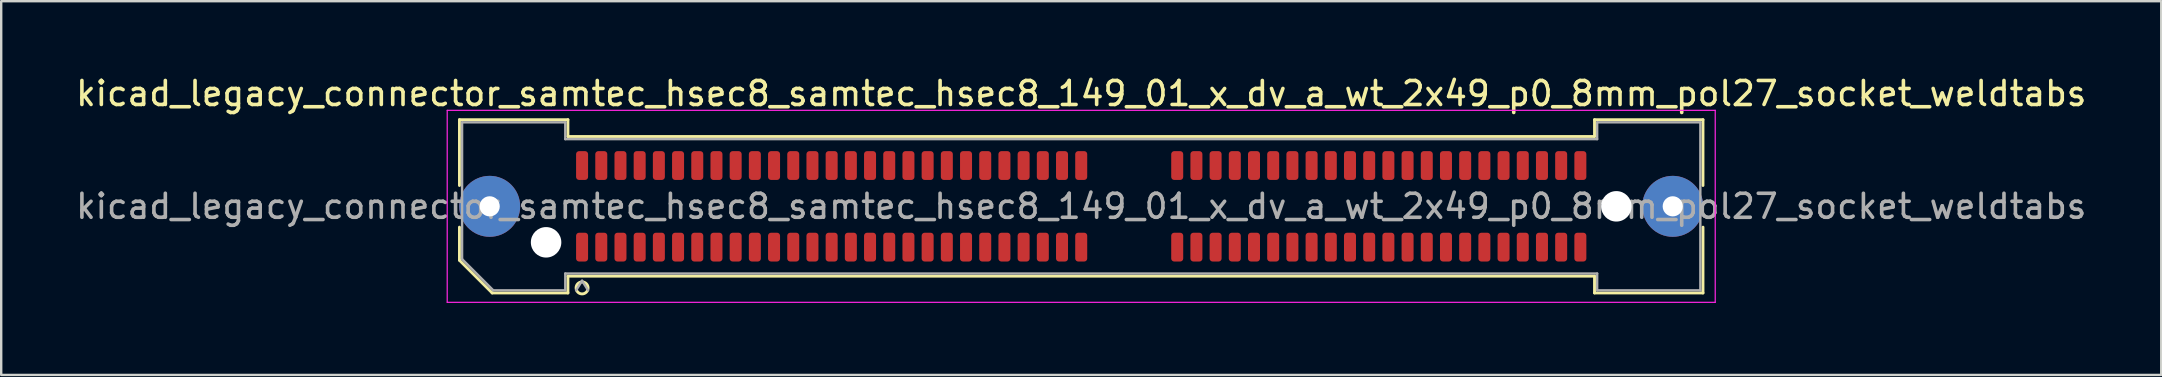
<source format=kicad_pcb>
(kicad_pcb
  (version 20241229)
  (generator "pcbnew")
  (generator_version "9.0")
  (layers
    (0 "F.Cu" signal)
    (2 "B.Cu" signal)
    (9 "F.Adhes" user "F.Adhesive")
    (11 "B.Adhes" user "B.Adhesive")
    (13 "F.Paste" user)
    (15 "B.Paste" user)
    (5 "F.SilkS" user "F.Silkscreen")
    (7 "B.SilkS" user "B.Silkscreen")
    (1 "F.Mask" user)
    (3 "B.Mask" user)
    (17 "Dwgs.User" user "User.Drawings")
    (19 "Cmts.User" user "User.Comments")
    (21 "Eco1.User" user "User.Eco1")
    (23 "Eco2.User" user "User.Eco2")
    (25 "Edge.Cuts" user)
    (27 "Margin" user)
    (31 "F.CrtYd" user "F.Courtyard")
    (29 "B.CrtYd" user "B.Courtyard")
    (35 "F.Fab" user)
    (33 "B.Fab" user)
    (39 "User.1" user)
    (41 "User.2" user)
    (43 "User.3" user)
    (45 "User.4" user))
  (footprint "kicad_legacy_connector_samtec_hsec8_samtec_hsec8_149_01_x_dv_a_wt_2x49_p0_8mm_pol27_socket_weldtabs"
    (layer "F.Cu")
    (at 42.006 5.548)
    (property "Reference" "kicad_legacy_connector_samtec_hsec8_samtec_hsec8_149_01_x_dv_a_wt_2x49_p0_8mm_pol27_socket_weldtabs" (at 0 -4.7 0) (layer "F.SilkS") (effects (font (size 1 1) (thickness 0.15))))
    (attr smd)
    (fp_line (start -25.91 -3.61) (end -21.39 -3.61) (stroke (width 0.12) (type solid)) (layer "F.SilkS"))
    (fp_line (start -25.91 -0.868) (end -25.91 -3.61) (stroke (width 0.12) (type solid)) (layer "F.SilkS"))
    (fp_line (start -25.91 2.246) (end -25.91 0.868) (stroke (width 0.12) (type solid)) (layer "F.SilkS"))
    (fp_line (start -24.546 3.61) (end -25.91 2.246) (stroke (width 0.12) (type solid)) (layer "F.SilkS"))
    (fp_line (start -21.39 -3.61) (end -21.39 -2.91) (stroke (width 0.12) (type solid)) (layer "F.SilkS"))
    (fp_line (start -21.39 -2.91) (end 21.39 -2.91) (stroke (width 0.12) (type solid)) (layer "F.SilkS"))
    (fp_line (start -21.39 2.91) (end -21.39 3.61) (stroke (width 0.12) (type solid)) (layer "F.SilkS"))
    (fp_line (start -21.39 3.61) (end -24.546 3.61) (stroke (width 0.12) (type solid)) (layer "F.SilkS"))
    (fp_line (start 21.39 -3.61) (end 25.91 -3.61) (stroke (width 0.12) (type solid)) (layer "F.SilkS"))
    (fp_line (start 21.39 -2.91) (end 21.39 -3.61) (stroke (width 0.12) (type solid)) (layer "F.SilkS"))
    (fp_line (start 21.39 2.91) (end -21.39 2.91) (stroke (width 0.12) (type solid)) (layer "F.SilkS"))
    (fp_line (start 21.39 3.61) (end 21.39 2.91) (stroke (width 0.12) (type solid)) (layer "F.SilkS"))
    (fp_line (start 25.91 -3.61) (end 25.91 -0.868) (stroke (width 0.12) (type solid)) (layer "F.SilkS"))
    (fp_line (start 25.91 0.868) (end 25.91 3.61) (stroke (width 0.12) (type solid)) (layer "F.SilkS"))
    (fp_line (start 25.91 3.61) (end 21.39 3.61) (stroke (width 0.12) (type solid)) (layer "F.SilkS"))
    (fp_arc (start -20.55 3.4) (mid -21.05 3.4) (end -20.55 3.4) (stroke (width 0.12) (type solid)) (layer "F.SilkS"))
    (fp_line (start -26.42 -4) (end -26.42 4) (stroke (width 0.05) (type solid)) (layer "F.CrtYd"))
    (fp_line (start -26.42 4) (end 26.42 4) (stroke (width 0.05) (type solid)) (layer "F.CrtYd"))
    (fp_line (start 26.42 -4) (end -26.42 -4) (stroke (width 0.05) (type solid)) (layer "F.CrtYd"))
    (fp_line (start 26.42 4) (end 26.42 -4) (stroke (width 0.05) (type solid)) (layer "F.CrtYd"))
    (fp_line (start -25.8 -3.5) (end -21.5 -3.5) (stroke (width 0.1) (type solid)) (layer "F.Fab"))
    (fp_line (start -25.8 2.2) (end -25.8 -3.5) (stroke (width 0.1) (type solid)) (layer "F.Fab"))
    (fp_line (start -24.5 3.5) (end -25.8 2.2) (stroke (width 0.1) (type solid)) (layer "F.Fab"))
    (fp_line (start -21.5 -3.5) (end -21.5 -2.8) (stroke (width 0.1) (type solid)) (layer "F.Fab"))
    (fp_line (start -21.5 -2.8) (end 21.5 -2.8) (stroke (width 0.1) (type solid)) (layer "F.Fab"))
    (fp_line (start -21.5 2.8) (end -21.5 3.5) (stroke (width 0.1) (type solid)) (layer "F.Fab"))
    (fp_line (start -21.5 3.5) (end -24.5 3.5) (stroke (width 0.1) (type solid)) (layer "F.Fab"))
    (fp_line (start -20.8 3.1) (end -21.05 3.5) (stroke (width 0.1) (type solid)) (layer "F.Fab"))
    (fp_line (start -20.8 3.1) (end -20.55 3.5) (stroke (width 0.1) (type solid)) (layer "F.Fab"))
    (fp_line (start 21.5 -3.5) (end 25.8 -3.5) (stroke (width 0.1) (type solid)) (layer "F.Fab"))
    (fp_line (start 21.5 -2.8) (end 21.5 -3.5) (stroke (width 0.1) (type solid)) (layer "F.Fab"))
    (fp_line (start 21.5 2.8) (end -21.5 2.8) (stroke (width 0.1) (type solid)) (layer "F.Fab"))
    (fp_line (start 21.5 3.5) (end 21.5 2.8) (stroke (width 0.1) (type solid)) (layer "F.Fab"))
    (fp_line (start 25.8 -3.5) (end 25.8 3.5) (stroke (width 0.1) (type solid)) (layer "F.Fab"))
    (fp_line (start 25.8 3.5) (end 21.5 3.5) (stroke (width 0.1) (type solid)) (layer "F.Fab"))
    (fp_text user "${REFERENCE}" (at 0 0 0) (layer "F.Fab") (effects (font (size 1 1) (thickness 0.15))))
    (pad "" thru_hole circle (at -24.65 0) (size 2.54 2.54) (drill 0.84) (layers "*.Cu" "*.Mask" "F.Paste"))
    (pad "" np_thru_hole circle (at -22.3 1.5) (size 1.27 1.27) (drill 1.27) (layers "*.Cu" "*.Mask"))
    (pad "" np_thru_hole circle (at 22.3 0) (size 1.27 1.27) (drill 1.27) (layers "*.Cu" "*.Mask"))
    (pad "" thru_hole circle (at 24.65 0) (size 2.54 2.54) (drill 0.84) (layers "*.Cu" "*.Mask" "F.Paste"))
    (pad "1" smd roundrect (at -20.8 1.7) (size 0.5 1.2) (layers "F.Cu" "F.Mask" "F.Paste") (roundrect_rratio 0.25))
    (pad "2" smd roundrect (at -20.8 -1.7) (size 0.5 1.2) (layers "F.Cu" "F.Mask" "F.Paste") (roundrect_rratio 0.25))
    (pad "3" smd roundrect (at -20 1.7) (size 0.5 1.2) (layers "F.Cu" "F.Mask" "F.Paste") (roundrect_rratio 0.25))
    (pad "4" smd roundrect (at -20 -1.7) (size 0.5 1.2) (layers "F.Cu" "F.Mask" "F.Paste") (roundrect_rratio 0.25))
    (pad "5" smd roundrect (at -19.2 1.7) (size 0.5 1.2) (layers "F.Cu" "F.Mask" "F.Paste") (roundrect_rratio 0.25))
    (pad "6" smd roundrect (at -19.2 -1.7) (size 0.5 1.2) (layers "F.Cu" "F.Mask" "F.Paste") (roundrect_rratio 0.25))
    (pad "7" smd roundrect (at -18.4 1.7) (size 0.5 1.2) (layers "F.Cu" "F.Mask" "F.Paste") (roundrect_rratio 0.25))
    (pad "8" smd roundrect (at -18.4 -1.7) (size 0.5 1.2) (layers "F.Cu" "F.Mask" "F.Paste") (roundrect_rratio 0.25))
    (pad "9" smd roundrect (at -17.6 1.7) (size 0.5 1.2) (layers "F.Cu" "F.Mask" "F.Paste") (roundrect_rratio 0.25))
    (pad "10" smd roundrect (at -17.6 -1.7) (size 0.5 1.2) (layers "F.Cu" "F.Mask" "F.Paste") (roundrect_rratio 0.25))
    (pad "11" smd roundrect (at -16.8 1.7) (size 0.5 1.2) (layers "F.Cu" "F.Mask" "F.Paste") (roundrect_rratio 0.25))
    (pad "12" smd roundrect (at -16.8 -1.7) (size 0.5 1.2) (layers "F.Cu" "F.Mask" "F.Paste") (roundrect_rratio 0.25))
    (pad "13" smd roundrect (at -16 1.7) (size 0.5 1.2) (layers "F.Cu" "F.Mask" "F.Paste") (roundrect_rratio 0.25))
    (pad "14" smd roundrect (at -16 -1.7) (size 0.5 1.2) (layers "F.Cu" "F.Mask" "F.Paste") (roundrect_rratio 0.25))
    (pad "15" smd roundrect (at -15.2 1.7) (size 0.5 1.2) (layers "F.Cu" "F.Mask" "F.Paste") (roundrect_rratio 0.25))
    (pad "16" smd roundrect (at -15.2 -1.7) (size 0.5 1.2) (layers "F.Cu" "F.Mask" "F.Paste") (roundrect_rratio 0.25))
    (pad "17" smd roundrect (at -14.4 1.7) (size 0.5 1.2) (layers "F.Cu" "F.Mask" "F.Paste") (roundrect_rratio 0.25))
    (pad "18" smd roundrect (at -14.4 -1.7) (size 0.5 1.2) (layers "F.Cu" "F.Mask" "F.Paste") (roundrect_rratio 0.25))
    (pad "19" smd roundrect (at -13.6 1.7) (size 0.5 1.2) (layers "F.Cu" "F.Mask" "F.Paste") (roundrect_rratio 0.25))
    (pad "20" smd roundrect (at -13.6 -1.7) (size 0.5 1.2) (layers "F.Cu" "F.Mask" "F.Paste") (roundrect_rratio 0.25))
    (pad "21" smd roundrect (at -12.8 1.7) (size 0.5 1.2) (layers "F.Cu" "F.Mask" "F.Paste") (roundrect_rratio 0.25))
    (pad "22" smd roundrect (at -12.8 -1.7) (size 0.5 1.2) (layers "F.Cu" "F.Mask" "F.Paste") (roundrect_rratio 0.25))
    (pad "23" smd roundrect (at -12 1.7) (size 0.5 1.2) (layers "F.Cu" "F.Mask" "F.Paste") (roundrect_rratio 0.25))
    (pad "24" smd roundrect (at -12 -1.7) (size 0.5 1.2) (layers "F.Cu" "F.Mask" "F.Paste") (roundrect_rratio 0.25))
    (pad "25" smd roundrect (at -11.2 1.7) (size 0.5 1.2) (layers "F.Cu" "F.Mask" "F.Paste") (roundrect_rratio 0.25))
    (pad "26" smd roundrect (at -11.2 -1.7) (size 0.5 1.2) (layers "F.Cu" "F.Mask" "F.Paste") (roundrect_rratio 0.25))
    (pad "27" smd roundrect (at -10.4 1.7) (size 0.5 1.2) (layers "F.Cu" "F.Mask" "F.Paste") (roundrect_rratio 0.25))
    (pad "28" smd roundrect (at -10.4 -1.7) (size 0.5 1.2) (layers "F.Cu" "F.Mask" "F.Paste") (roundrect_rratio 0.25))
    (pad "29" smd roundrect (at -9.6 1.7) (size 0.5 1.2) (layers "F.Cu" "F.Mask" "F.Paste") (roundrect_rratio 0.25))
    (pad "30" smd roundrect (at -9.6 -1.7) (size 0.5 1.2) (layers "F.Cu" "F.Mask" "F.Paste") (roundrect_rratio 0.25))
    (pad "31" smd roundrect (at -8.8 1.7) (size 0.5 1.2) (layers "F.Cu" "F.Mask" "F.Paste") (roundrect_rratio 0.25))
    (pad "32" smd roundrect (at -8.8 -1.7) (size 0.5 1.2) (layers "F.Cu" "F.Mask" "F.Paste") (roundrect_rratio 0.25))
    (pad "33" smd roundrect (at -8 1.7) (size 0.5 1.2) (layers "F.Cu" "F.Mask" "F.Paste") (roundrect_rratio 0.25))
    (pad "34" smd roundrect (at -8 -1.7) (size 0.5 1.2) (layers "F.Cu" "F.Mask" "F.Paste") (roundrect_rratio 0.25))
    (pad "35" smd roundrect (at -7.2 1.7) (size 0.5 1.2) (layers "F.Cu" "F.Mask" "F.Paste") (roundrect_rratio 0.25))
    (pad "36" smd roundrect (at -7.2 -1.7) (size 0.5 1.2) (layers "F.Cu" "F.Mask" "F.Paste") (roundrect_rratio 0.25))
    (pad "37" smd roundrect (at -6.4 1.7) (size 0.5 1.2) (layers "F.Cu" "F.Mask" "F.Paste") (roundrect_rratio 0.25))
    (pad "38" smd roundrect (at -6.4 -1.7) (size 0.5 1.2) (layers "F.Cu" "F.Mask" "F.Paste") (roundrect_rratio 0.25))
    (pad "39" smd roundrect (at -5.6 1.7) (size 0.5 1.2) (layers "F.Cu" "F.Mask" "F.Paste") (roundrect_rratio 0.25))
    (pad "40" smd roundrect (at -5.6 -1.7) (size 0.5 1.2) (layers "F.Cu" "F.Mask" "F.Paste") (roundrect_rratio 0.25))
    (pad "41" smd roundrect (at -4.8 1.7) (size 0.5 1.2) (layers "F.Cu" "F.Mask" "F.Paste") (roundrect_rratio 0.25))
    (pad "42" smd roundrect (at -4.8 -1.7) (size 0.5 1.2) (layers "F.Cu" "F.Mask" "F.Paste") (roundrect_rratio 0.25))
    (pad "43" smd roundrect (at -4 1.7) (size 0.5 1.2) (layers "F.Cu" "F.Mask" "F.Paste") (roundrect_rratio 0.25))
    (pad "44" smd roundrect (at -4 -1.7) (size 0.5 1.2) (layers "F.Cu" "F.Mask" "F.Paste") (roundrect_rratio 0.25))
    (pad "45" smd roundrect (at -3.2 1.7) (size 0.5 1.2) (layers "F.Cu" "F.Mask" "F.Paste") (roundrect_rratio 0.25))
    (pad "46" smd roundrect (at -3.2 -1.7) (size 0.5 1.2) (layers "F.Cu" "F.Mask" "F.Paste") (roundrect_rratio 0.25))
    (pad "47" smd roundrect (at -2.4 1.7) (size 0.5 1.2) (layers "F.Cu" "F.Mask" "F.Paste") (roundrect_rratio 0.25))
    (pad "48" smd roundrect (at -2.4 -1.7) (size 0.5 1.2) (layers "F.Cu" "F.Mask" "F.Paste") (roundrect_rratio 0.25))
    (pad "49" smd roundrect (at -1.6 1.7) (size 0.5 1.2) (layers "F.Cu" "F.Mask" "F.Paste") (roundrect_rratio 0.25))
    (pad "50" smd roundrect (at -1.6 -1.7) (size 0.5 1.2) (layers "F.Cu" "F.Mask" "F.Paste") (roundrect_rratio 0.25))
    (pad "51" smd roundrect (at -0.8 1.7) (size 0.5 1.2) (layers "F.Cu" "F.Mask" "F.Paste") (roundrect_rratio 0.25))
    (pad "52" smd roundrect (at -0.8 -1.7) (size 0.5 1.2) (layers "F.Cu" "F.Mask" "F.Paste") (roundrect_rratio 0.25))
    (pad "53" smd roundrect (at 0 1.7) (size 0.5 1.2) (layers "F.Cu" "F.Mask" "F.Paste") (roundrect_rratio 0.25))
    (pad "54" smd roundrect (at 0 -1.7) (size 0.5 1.2) (layers "F.Cu" "F.Mask" "F.Paste") (roundrect_rratio 0.25))
    (pad "55" smd roundrect (at 4 1.7) (size 0.5 1.2) (layers "F.Cu" "F.Mask" "F.Paste") (roundrect_rratio 0.25))
    (pad "56" smd roundrect (at 4 -1.7) (size 0.5 1.2) (layers "F.Cu" "F.Mask" "F.Paste") (roundrect_rratio 0.25))
    (pad "57" smd roundrect (at 4.8 1.7) (size 0.5 1.2) (layers "F.Cu" "F.Mask" "F.Paste") (roundrect_rratio 0.25))
    (pad "58" smd roundrect (at 4.8 -1.7) (size 0.5 1.2) (layers "F.Cu" "F.Mask" "F.Paste") (roundrect_rratio 0.25))
    (pad "59" smd roundrect (at 5.6 1.7) (size 0.5 1.2) (layers "F.Cu" "F.Mask" "F.Paste") (roundrect_rratio 0.25))
    (pad "60" smd roundrect (at 5.6 -1.7) (size 0.5 1.2) (layers "F.Cu" "F.Mask" "F.Paste") (roundrect_rratio 0.25))
    (pad "61" smd roundrect (at 6.4 1.7) (size 0.5 1.2) (layers "F.Cu" "F.Mask" "F.Paste") (roundrect_rratio 0.25))
    (pad "62" smd roundrect (at 6.4 -1.7) (size 0.5 1.2) (layers "F.Cu" "F.Mask" "F.Paste") (roundrect_rratio 0.25))
    (pad "63" smd roundrect (at 7.2 1.7) (size 0.5 1.2) (layers "F.Cu" "F.Mask" "F.Paste") (roundrect_rratio 0.25))
    (pad "64" smd roundrect (at 7.2 -1.7) (size 0.5 1.2) (layers "F.Cu" "F.Mask" "F.Paste") (roundrect_rratio 0.25))
    (pad "65" smd roundrect (at 8 1.7) (size 0.5 1.2) (layers "F.Cu" "F.Mask" "F.Paste") (roundrect_rratio 0.25))
    (pad "66" smd roundrect (at 8 -1.7) (size 0.5 1.2) (layers "F.Cu" "F.Mask" "F.Paste") (roundrect_rratio 0.25))
    (pad "67" smd roundrect (at 8.8 1.7) (size 0.5 1.2) (layers "F.Cu" "F.Mask" "F.Paste") (roundrect_rratio 0.25))
    (pad "68" smd roundrect (at 8.8 -1.7) (size 0.5 1.2) (layers "F.Cu" "F.Mask" "F.Paste") (roundrect_rratio 0.25))
    (pad "69" smd roundrect (at 9.6 1.7) (size 0.5 1.2) (layers "F.Cu" "F.Mask" "F.Paste") (roundrect_rratio 0.25))
    (pad "70" smd roundrect (at 9.6 -1.7) (size 0.5 1.2) (layers "F.Cu" "F.Mask" "F.Paste") (roundrect_rratio 0.25))
    (pad "71" smd roundrect (at 10.4 1.7) (size 0.5 1.2) (layers "F.Cu" "F.Mask" "F.Paste") (roundrect_rratio 0.25))
    (pad "72" smd roundrect (at 10.4 -1.7) (size 0.5 1.2) (layers "F.Cu" "F.Mask" "F.Paste") (roundrect_rratio 0.25))
    (pad "73" smd roundrect (at 11.2 1.7) (size 0.5 1.2) (layers "F.Cu" "F.Mask" "F.Paste") (roundrect_rratio 0.25))
    (pad "74" smd roundrect (at 11.2 -1.7) (size 0.5 1.2) (layers "F.Cu" "F.Mask" "F.Paste") (roundrect_rratio 0.25))
    (pad "75" smd roundrect (at 12 1.7) (size 0.5 1.2) (layers "F.Cu" "F.Mask" "F.Paste") (roundrect_rratio 0.25))
    (pad "76" smd roundrect (at 12 -1.7) (size 0.5 1.2) (layers "F.Cu" "F.Mask" "F.Paste") (roundrect_rratio 0.25))
    (pad "77" smd roundrect (at 12.8 1.7) (size 0.5 1.2) (layers "F.Cu" "F.Mask" "F.Paste") (roundrect_rratio 0.25))
    (pad "78" smd roundrect (at 12.8 -1.7) (size 0.5 1.2) (layers "F.Cu" "F.Mask" "F.Paste") (roundrect_rratio 0.25))
    (pad "79" smd roundrect (at 13.6 1.7) (size 0.5 1.2) (layers "F.Cu" "F.Mask" "F.Paste") (roundrect_rratio 0.25))
    (pad "80" smd roundrect (at 13.6 -1.7) (size 0.5 1.2) (layers "F.Cu" "F.Mask" "F.Paste") (roundrect_rratio 0.25))
    (pad "81" smd roundrect (at 14.4 1.7) (size 0.5 1.2) (layers "F.Cu" "F.Mask" "F.Paste") (roundrect_rratio 0.25))
    (pad "82" smd roundrect (at 14.4 -1.7) (size 0.5 1.2) (layers "F.Cu" "F.Mask" "F.Paste") (roundrect_rratio 0.25))
    (pad "83" smd roundrect (at 15.2 1.7) (size 0.5 1.2) (layers "F.Cu" "F.Mask" "F.Paste") (roundrect_rratio 0.25))
    (pad "84" smd roundrect (at 15.2 -1.7) (size 0.5 1.2) (layers "F.Cu" "F.Mask" "F.Paste") (roundrect_rratio 0.25))
    (pad "85" smd roundrect (at 16 1.7) (size 0.5 1.2) (layers "F.Cu" "F.Mask" "F.Paste") (roundrect_rratio 0.25))
    (pad "86" smd roundrect (at 16 -1.7) (size 0.5 1.2) (layers "F.Cu" "F.Mask" "F.Paste") (roundrect_rratio 0.25))
    (pad "87" smd roundrect (at 16.8 1.7) (size 0.5 1.2) (layers "F.Cu" "F.Mask" "F.Paste") (roundrect_rratio 0.25))
    (pad "88" smd roundrect (at 16.8 -1.7) (size 0.5 1.2) (layers "F.Cu" "F.Mask" "F.Paste") (roundrect_rratio 0.25))
    (pad "89" smd roundrect (at 17.6 1.7) (size 0.5 1.2) (layers "F.Cu" "F.Mask" "F.Paste") (roundrect_rratio 0.25))
    (pad "90" smd roundrect (at 17.6 -1.7) (size 0.5 1.2) (layers "F.Cu" "F.Mask" "F.Paste") (roundrect_rratio 0.25))
    (pad "91" smd roundrect (at 18.4 1.7) (size 0.5 1.2) (layers "F.Cu" "F.Mask" "F.Paste") (roundrect_rratio 0.25))
    (pad "92" smd roundrect (at 18.4 -1.7) (size 0.5 1.2) (layers "F.Cu" "F.Mask" "F.Paste") (roundrect_rratio 0.25))
    (pad "93" smd roundrect (at 19.2 1.7) (size 0.5 1.2) (layers "F.Cu" "F.Mask" "F.Paste") (roundrect_rratio 0.25))
    (pad "94" smd roundrect (at 19.2 -1.7) (size 0.5 1.2) (layers "F.Cu" "F.Mask" "F.Paste") (roundrect_rratio 0.25))
    (pad "95" smd roundrect (at 20 1.7) (size 0.5 1.2) (layers "F.Cu" "F.Mask" "F.Paste") (roundrect_rratio 0.25))
    (pad "96" smd roundrect (at 20 -1.7) (size 0.5 1.2) (layers "F.Cu" "F.Mask" "F.Paste") (roundrect_rratio 0.25))
    (pad "97" smd roundrect (at 20.8 1.7) (size 0.5 1.2) (layers "F.Cu" "F.Mask" "F.Paste") (roundrect_rratio 0.25))
    (pad "98" smd roundrect (at 20.8 -1.7) (size 0.5 1.2) (layers "F.Cu" "F.Mask" "F.Paste") (roundrect_rratio 0.25)))
  (gr_rect
    (start -3 -3)
    (end 87.012 12.573)
    (stroke (width 0.1) (type default))
    (fill no)
    (layer "Edge.Cuts")))
</source>
